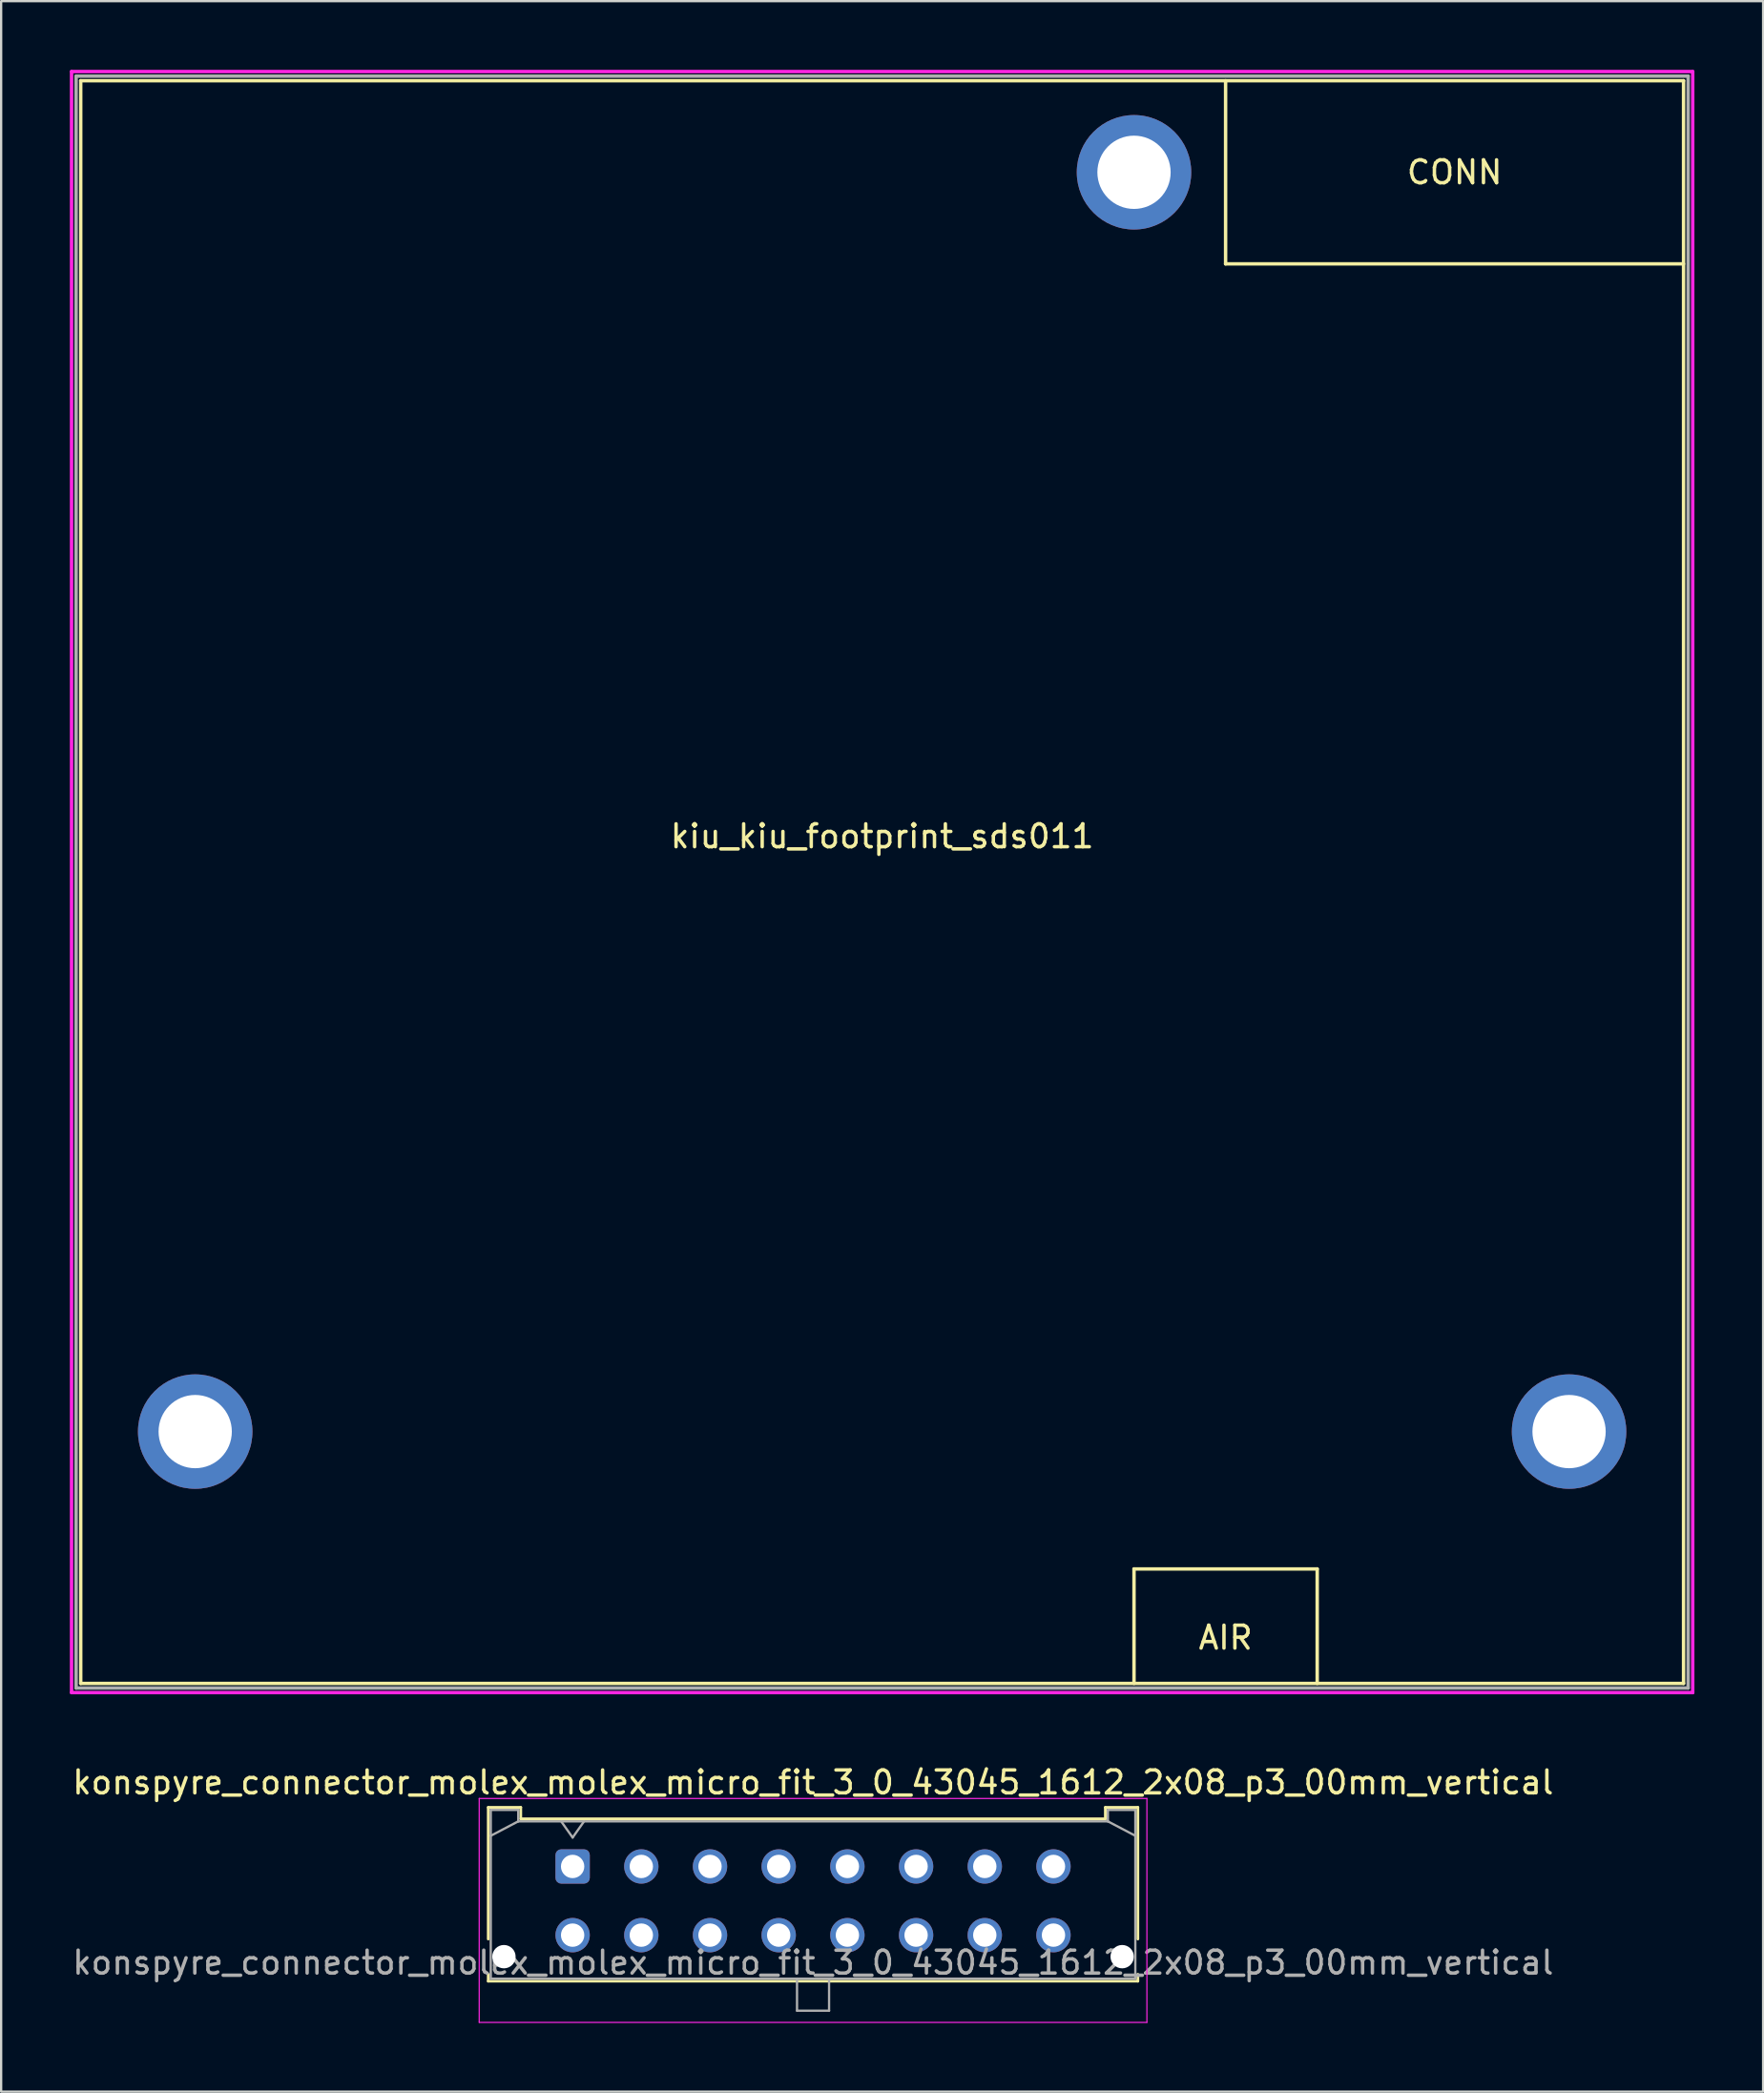
<source format=kicad_pcb>
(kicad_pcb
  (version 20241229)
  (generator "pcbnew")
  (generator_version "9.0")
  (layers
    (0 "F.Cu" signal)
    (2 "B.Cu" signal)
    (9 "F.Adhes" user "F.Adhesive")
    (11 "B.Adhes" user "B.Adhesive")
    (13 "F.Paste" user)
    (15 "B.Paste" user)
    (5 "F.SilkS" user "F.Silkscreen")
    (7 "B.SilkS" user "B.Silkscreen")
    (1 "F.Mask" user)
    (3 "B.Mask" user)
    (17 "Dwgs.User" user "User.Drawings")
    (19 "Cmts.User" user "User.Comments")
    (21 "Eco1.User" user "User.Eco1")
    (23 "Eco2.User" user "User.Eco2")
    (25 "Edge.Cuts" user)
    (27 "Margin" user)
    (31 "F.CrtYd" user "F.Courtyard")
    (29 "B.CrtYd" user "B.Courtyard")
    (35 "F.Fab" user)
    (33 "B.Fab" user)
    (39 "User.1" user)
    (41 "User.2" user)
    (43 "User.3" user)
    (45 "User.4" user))
  (footprint "kiu_kiu_footprint_sds011"
    (layer "F.Cu")
    (at 35.475 35.475)
    (property "Reference" "kiu_kiu_footprint_sds011" (at 0 -2 0) (layer "F.SilkS") (effects (font (size 1 1) (thickness 0.15))))
    (attr through_hole)
    (fp_line (start -35 -35) (end 35 -35) (stroke (width 0.15) (type solid)) (layer "F.SilkS"))
    (fp_line (start -35 35) (end -35 -35) (stroke (width 0.15) (type solid)) (layer "F.SilkS"))
    (fp_line (start 11 30) (end 19 30) (stroke (width 0.15) (type solid)) (layer "F.SilkS"))
    (fp_line (start 11 35) (end 11 30) (stroke (width 0.15) (type solid)) (layer "F.SilkS"))
    (fp_line (start 15 -27) (end 15 -35) (stroke (width 0.15) (type solid)) (layer "F.SilkS"))
    (fp_line (start 19 30) (end 19 35) (stroke (width 0.15) (type solid)) (layer "F.SilkS"))
    (fp_line (start 35 -35) (end 35 35) (stroke (width 0.15) (type solid)) (layer "F.SilkS"))
    (fp_line (start 35 -27) (end 15 -27) (stroke (width 0.15) (type solid)) (layer "F.SilkS"))
    (fp_line (start 35 35) (end -35 35) (stroke (width 0.15) (type solid)) (layer "F.SilkS"))
    (fp_line (start -35.4 -35.4) (end 35.4 -35.4) (stroke (width 0.15) (type solid)) (layer "F.CrtYd"))
    (fp_line (start -35.4 35.4) (end -35.4 -35.4) (stroke (width 0.15) (type solid)) (layer "F.CrtYd"))
    (fp_line (start 35.4 -35.4) (end 35.4 35.4) (stroke (width 0.15) (type solid)) (layer "F.CrtYd"))
    (fp_line (start 35.4 35.4) (end -35.4 35.4) (stroke (width 0.15) (type solid)) (layer "F.CrtYd"))
    (fp_line (start -35.2 -35.2) (end -35.2 35.2) (stroke (width 0.15) (type solid)) (layer "F.Fab"))
    (fp_line (start -35.2 35.2) (end 35.2 35.2) (stroke (width 0.15) (type solid)) (layer "F.Fab"))
    (fp_line (start 35.2 -35.2) (end -35.2 -35.2) (stroke (width 0.15) (type solid)) (layer "F.Fab"))
    (fp_line (start 35.2 35.2) (end 35.2 -35.2) (stroke (width 0.15) (type solid)) (layer "F.Fab"))
    (fp_text user "AIR" (at 15 33 0) (layer "F.SilkS") (effects (font (size 1 1) (thickness 0.15))))
    (fp_text user "CONN" (at 25 -31 0) (layer "F.SilkS") (effects (font (size 1 1) (thickness 0.15))))
    (pad "" np_thru_hole circle (at -30 24) (size 5 5) (drill 3.2) (layers "*.Cu" "*.Mask"))
    (pad "" np_thru_hole circle (at 11 -31) (size 5 5) (drill 3.2) (layers "*.Cu" "*.Mask"))
    (pad "" np_thru_hole circle (at 30 24) (size 5 5) (drill 3.2) (layers "*.Cu" "*.Mask")))
  (footprint "konspyre_connector_molex_molex_micro_fit_3_0_43045_1612_2x08_p3_00mm_vertical"
    (layer "F.Cu")
    (at 21.958 78.468)
    (property "Reference" "konspyre_connector_molex_molex_micro_fit_3_0_43045_1612_2x08_p3_00mm_vertical" (at 10.5 -3.67 0) (layer "F.SilkS") (effects (font (size 1 1) (thickness 0.15))))
    (attr through_hole)
    (fp_line (start -3.685 -2.58) (end -2.265 -2.58) (stroke (width 0.12) (type solid)) (layer "F.SilkS"))
    (fp_line (start -3.685 3.17) (end -3.685 -2.58) (stroke (width 0.12) (type solid)) (layer "F.SilkS"))
    (fp_line (start -3.685 4.71) (end -3.685 5.01) (stroke (width 0.12) (type solid)) (layer "F.SilkS"))
    (fp_line (start -3.685 5.01) (end 24.685 5.01) (stroke (width 0.12) (type solid)) (layer "F.SilkS"))
    (fp_line (start -2.265 -2.58) (end -2.265 -2.08) (stroke (width 0.12) (type solid)) (layer "F.SilkS"))
    (fp_line (start -2.265 -2.08) (end 23.265 -2.08) (stroke (width 0.12) (type solid)) (layer "F.SilkS"))
    (fp_line (start 23.265 -2.58) (end 24.685 -2.58) (stroke (width 0.12) (type solid)) (layer "F.SilkS"))
    (fp_line (start 23.265 -2.08) (end 23.265 -2.58) (stroke (width 0.12) (type solid)) (layer "F.SilkS"))
    (fp_line (start 24.685 -2.58) (end 24.685 3.17) (stroke (width 0.12) (type solid)) (layer "F.SilkS"))
    (fp_line (start 24.685 5.01) (end 24.685 4.71) (stroke (width 0.12) (type solid)) (layer "F.SilkS"))
    (fp_line (start -4.08 -2.97) (end 25.08 -2.97) (stroke (width 0.05) (type solid)) (layer "F.CrtYd"))
    (fp_line (start -4.08 6.81) (end -4.08 -2.97) (stroke (width 0.05) (type solid)) (layer "F.CrtYd"))
    (fp_line (start 25.08 -2.97) (end 25.08 6.81) (stroke (width 0.05) (type solid)) (layer "F.CrtYd"))
    (fp_line (start 25.08 6.81) (end -4.08 6.81) (stroke (width 0.05) (type solid)) (layer "F.CrtYd"))
    (fp_line (start -3.575 -2.47) (end -3.575 4.9) (stroke (width 0.1) (type solid)) (layer "F.Fab"))
    (fp_line (start -3.575 -1.34) (end -2.375 -1.97) (stroke (width 0.1) (type solid)) (layer "F.Fab"))
    (fp_line (start -3.575 4.9) (end 24.575 4.9) (stroke (width 0.1) (type solid)) (layer "F.Fab"))
    (fp_line (start -2.375 -2.47) (end -3.575 -2.47) (stroke (width 0.1) (type solid)) (layer "F.Fab"))
    (fp_line (start -2.375 -1.97) (end -2.375 -2.47) (stroke (width 0.1) (type solid)) (layer "F.Fab"))
    (fp_line (start -0.5 -1.97) (end 0 -1.263) (stroke (width 0.1) (type solid)) (layer "F.Fab"))
    (fp_line (start 0 -1.263) (end 0.5 -1.97) (stroke (width 0.1) (type solid)) (layer "F.Fab"))
    (fp_line (start 9.8 4.9) (end 9.8 6.3) (stroke (width 0.1) (type solid)) (layer "F.Fab"))
    (fp_line (start 9.8 6.3) (end 11.2 6.3) (stroke (width 0.1) (type solid)) (layer "F.Fab"))
    (fp_line (start 11.2 6.3) (end 11.2 4.9) (stroke (width 0.1) (type solid)) (layer "F.Fab"))
    (fp_line (start 23.375 -2.47) (end 23.375 -1.97) (stroke (width 0.1) (type solid)) (layer "F.Fab"))
    (fp_line (start 23.375 -1.97) (end -2.375 -1.97) (stroke (width 0.1) (type solid)) (layer "F.Fab"))
    (fp_line (start 24.575 -2.47) (end 23.375 -2.47) (stroke (width 0.1) (type solid)) (layer "F.Fab"))
    (fp_line (start 24.575 -1.34) (end 23.375 -1.97) (stroke (width 0.1) (type solid)) (layer "F.Fab"))
    (fp_line (start 24.575 4.9) (end 24.575 -2.47) (stroke (width 0.1) (type solid)) (layer "F.Fab"))
    (fp_text user "${REFERENCE}" (at 10.5 4.2 0) (layer "F.Fab") (effects (font (size 1 1) (thickness 0.15))))
    (pad "" np_thru_hole circle (at -3 3.94) (size 1.02 1.02) (drill 1.02) (layers "*.Cu" "*.Mask"))
    (pad "" np_thru_hole circle (at 24 3.94) (size 1.02 1.02) (drill 1.02) (layers "*.Cu" "*.Mask"))
    (pad "1" thru_hole roundrect (at 0 0) (size 1.5 1.5) (drill 1.02) (layers "*.Cu" "*.Mask") (roundrect_rratio 0.167))
    (pad "2" thru_hole circle (at 3 0) (size 1.5 1.5) (drill 1.02) (layers "*.Cu" "*.Mask"))
    (pad "3" thru_hole circle (at 6 0) (size 1.5 1.5) (drill 1.02) (layers "*.Cu" "*.Mask"))
    (pad "4" thru_hole circle (at 9 0) (size 1.5 1.5) (drill 1.02) (layers "*.Cu" "*.Mask"))
    (pad "5" thru_hole circle (at 12 0) (size 1.5 1.5) (drill 1.02) (layers "*.Cu" "*.Mask"))
    (pad "6" thru_hole circle (at 15 0) (size 1.5 1.5) (drill 1.02) (layers "*.Cu" "*.Mask"))
    (pad "7" thru_hole circle (at 18 0) (size 1.5 1.5) (drill 1.02) (layers "*.Cu" "*.Mask"))
    (pad "8" thru_hole circle (at 21 0) (size 1.5 1.5) (drill 1.02) (layers "*.Cu" "*.Mask"))
    (pad "9" thru_hole circle (at 0 3) (size 1.5 1.5) (drill 1.02) (layers "*.Cu" "*.Mask"))
    (pad "10" thru_hole circle (at 3 3) (size 1.5 1.5) (drill 1.02) (layers "*.Cu" "*.Mask"))
    (pad "11" thru_hole circle (at 6 3) (size 1.5 1.5) (drill 1.02) (layers "*.Cu" "*.Mask"))
    (pad "12" thru_hole circle (at 9 3) (size 1.5 1.5) (drill 1.02) (layers "*.Cu" "*.Mask"))
    (pad "13" thru_hole circle (at 12 3) (size 1.5 1.5) (drill 1.02) (layers "*.Cu" "*.Mask"))
    (pad "14" thru_hole circle (at 15 3) (size 1.5 1.5) (drill 1.02) (layers "*.Cu" "*.Mask"))
    (pad "15" thru_hole circle (at 18 3) (size 1.5 1.5) (drill 1.02) (layers "*.Cu" "*.Mask"))
    (pad "16" thru_hole circle (at 21 3) (size 1.5 1.5) (drill 1.02) (layers "*.Cu" "*.Mask")))
  (gr_rect
    (start -3 -3)
    (end 73.95 88.303)
    (stroke (width 0.1) (type default))
    (fill no)
    (layer "Edge.Cuts")))
</source>
